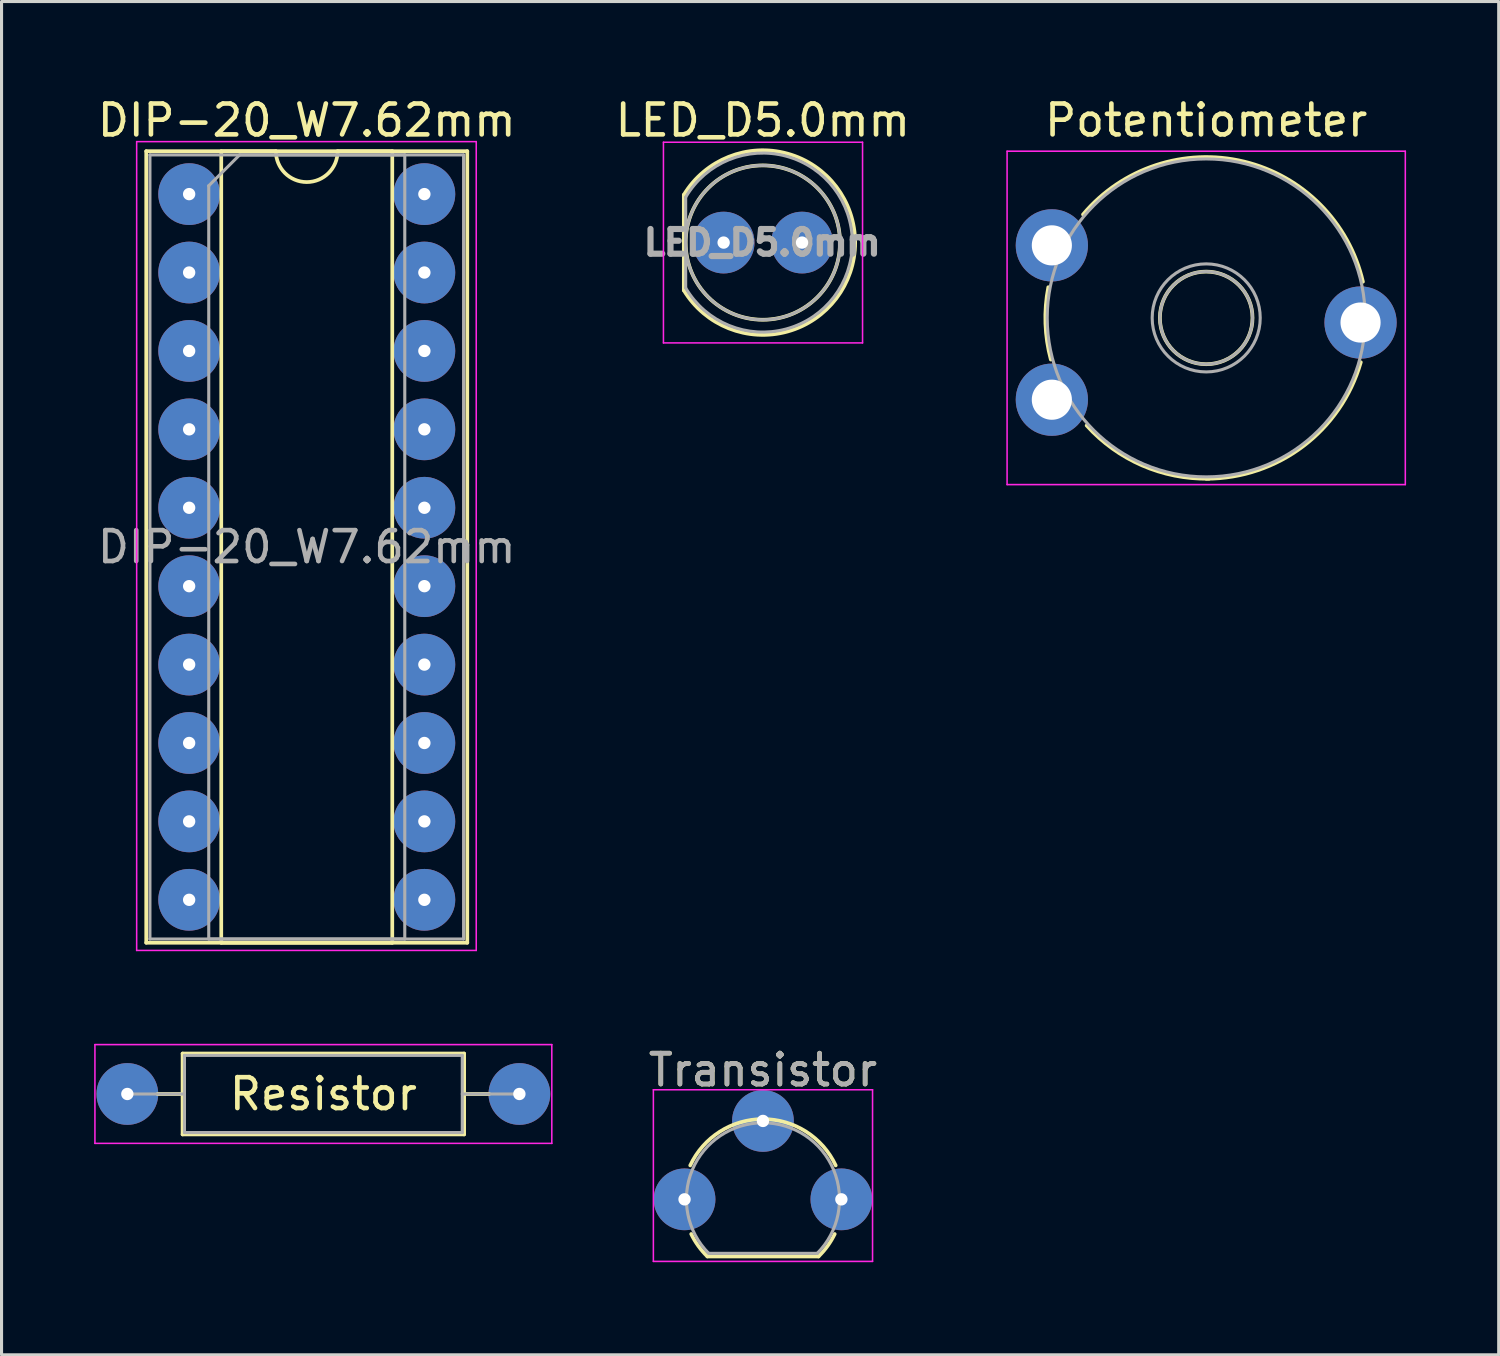
<source format=kicad_pcb>
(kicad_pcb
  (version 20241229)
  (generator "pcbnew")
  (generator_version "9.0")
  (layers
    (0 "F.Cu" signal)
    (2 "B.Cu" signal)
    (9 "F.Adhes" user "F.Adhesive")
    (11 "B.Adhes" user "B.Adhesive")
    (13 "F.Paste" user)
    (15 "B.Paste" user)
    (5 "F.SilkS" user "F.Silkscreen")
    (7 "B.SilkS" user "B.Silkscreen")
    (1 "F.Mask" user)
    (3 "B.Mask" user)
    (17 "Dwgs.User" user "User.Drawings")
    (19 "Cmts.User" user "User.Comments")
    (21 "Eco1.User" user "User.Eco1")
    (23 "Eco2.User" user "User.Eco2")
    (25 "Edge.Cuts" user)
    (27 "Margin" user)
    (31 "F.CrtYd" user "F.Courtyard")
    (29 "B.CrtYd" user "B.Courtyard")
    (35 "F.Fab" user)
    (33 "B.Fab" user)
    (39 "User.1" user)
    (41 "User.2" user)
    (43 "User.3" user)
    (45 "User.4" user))
  (footprint "LED_D5.0mm"
    (layer "F.Cu")
    (at 20.391 4.808)
    (property "Reference" "LED_D5.0mm" (at 1.27 -3.96 0) (layer "F.SilkS") (effects (font (size 1 1) (thickness 0.15))))
    (attr through_hole)
    (fp_line (start -1.29 -1.545) (end -1.29 1.545) (stroke (width 0.12) (type solid)) (layer "F.SilkS"))
    (fp_arc (start -1.29 -1.54483) (mid 2.072002 -2.880433) (end 4.26 0.000462) (stroke (width 0.12) (type solid)) (layer "F.SilkS"))
    (fp_arc (start 4.26 -0.000462) (mid 2.072002 2.880433) (end -1.29 1.54483) (stroke (width 0.12) (type solid)) (layer "F.SilkS"))
    (fp_circle (center 1.27 0) (end 3.77 0) (stroke (width 0.12) (type solid)) (fill no) (layer "F.SilkS"))
    (fp_line (start -1.95 -3.25) (end -1.95 3.25) (stroke (width 0.05) (type solid)) (layer "F.CrtYd"))
    (fp_line (start -1.95 3.25) (end 4.5 3.25) (stroke (width 0.05) (type solid)) (layer "F.CrtYd"))
    (fp_line (start 4.5 -3.25) (end -1.95 -3.25) (stroke (width 0.05) (type solid)) (layer "F.CrtYd"))
    (fp_line (start 4.5 3.25) (end 4.5 -3.25) (stroke (width 0.05) (type solid)) (layer "F.CrtYd"))
    (fp_line (start -1.23 -1.47) (end -1.23 1.47) (stroke (width 0.1) (type solid)) (layer "F.Fab"))
    (fp_arc (start -1.23 -1.469694) (mid 4.17 0.000016) (end -1.230016 1.469666) (stroke (width 0.1) (type solid)) (layer "F.Fab"))
    (fp_circle (center 1.27 0) (end 3.77 0) (stroke (width 0.1) (type solid)) (fill no) (layer "F.Fab"))
    (fp_text user "${REFERENCE}" (at 1.25 0 0) (layer "F.Fab") (effects (font (size 0.8 0.8) (thickness 0.2))))
    (pad "1" thru_hole circle (at 0 0) (size 2 2) (drill 0.4) (layers "*.Cu" "*.Mask"))
    (pad "2" thru_hole circle (at 2.54 0) (size 2 2) (drill 0.4) (layers "*.Cu" "*.Mask")))
  (footprint "Transistor"
    (layer "F.Cu")
    (at 19.125 35.801)
    (property "Reference" "Transistor" (at 2.54 -4.19 180) (layer "F.SilkS") (effects (font (size 1 1) (thickness 0.15))))
    (attr through_hole)
    (fp_line (start 0.74 1.85) (end 4.34 1.85) (stroke (width 0.12) (type solid)) (layer "F.SilkS"))
    (fp_arc (start 0.1836 -1.098807) (mid 1.143021 -2.192817) (end 2.54 -2.6) (stroke (width 0.12) (type solid)) (layer "F.SilkS"))
    (fp_arc (start 0.74 1.85) (mid 0.446097 1.509328) (end 0.215816 1.122795) (stroke (width 0.12) (type solid)) (layer "F.SilkS"))
    (fp_arc (start 2.54 -2.6) (mid 3.936979 -2.192818) (end 4.8964 -1.098807) (stroke (width 0.12) (type solid)) (layer "F.SilkS"))
    (fp_arc (start 4.864184 1.122795) (mid 4.633903 1.509328) (end 4.34 1.85) (stroke (width 0.12) (type solid)) (layer "F.SilkS"))
    (fp_line (start -1.01 -3.55) (end -1.01 2.01) (stroke (width 0.05) (type solid)) (layer "F.CrtYd"))
    (fp_line (start -1.01 -3.55) (end 6.09 -3.55) (stroke (width 0.05) (type solid)) (layer "F.CrtYd"))
    (fp_line (start 6.09 2.01) (end -1.01 2.01) (stroke (width 0.05) (type solid)) (layer "F.CrtYd"))
    (fp_line (start 6.09 2.01) (end 6.09 -3.55) (stroke (width 0.05) (type solid)) (layer "F.CrtYd"))
    (fp_line (start 0.8 1.75) (end 4.3 1.75) (stroke (width 0.1) (type solid)) (layer "F.Fab"))
    (fp_arc (start 0.786375 1.753625) (mid 0.248779 -0.949055) (end 2.54 -2.48) (stroke (width 0.1) (type solid)) (layer "F.Fab"))
    (fp_arc (start 2.54 -2.48) (mid 4.831221 -0.949055) (end 4.293625 1.753625) (stroke (width 0.1) (type solid)) (layer "F.Fab"))
    (fp_text user "${REFERENCE}" (at 2.54 -4.19 180) (layer "F.Fab") (effects (font (size 1 1) (thickness 0.15))))
    (pad "1" thru_hole circle (at 0 0 90) (size 2 2) (drill 0.4) (layers "*.Cu" "*.Mask"))
    (pad "2" thru_hole circle (at 2.54 -2.54 90) (size 2 2) (drill 0.4) (layers "*.Cu" "*.Mask"))
    (pad "3" thru_hole circle (at 5.08 0 90) (size 2 2) (drill 0.4) (layers "*.Cu" "*.Mask")))
  (footprint "Resistor"
    (layer "F.Cu")
    (at 1.075 32.388)
    (property "Reference" "Resistor" (at 6.35 0 0) (layer "F.SilkS") (effects (font (size 1 1) (thickness 0.15))))
    (attr through_hole)
    (fp_line (start 0.98 0) (end 1.79 0) (stroke (width 0.12) (type solid)) (layer "F.SilkS"))
    (fp_line (start 1.79 -1.31) (end 1.79 1.31) (stroke (width 0.12) (type solid)) (layer "F.SilkS"))
    (fp_line (start 1.79 1.31) (end 10.91 1.31) (stroke (width 0.12) (type solid)) (layer "F.SilkS"))
    (fp_line (start 10.91 -1.31) (end 1.79 -1.31) (stroke (width 0.12) (type solid)) (layer "F.SilkS"))
    (fp_line (start 10.91 1.31) (end 10.91 -1.31) (stroke (width 0.12) (type solid)) (layer "F.SilkS"))
    (fp_line (start 11.72 0) (end 10.91 0) (stroke (width 0.12) (type solid)) (layer "F.SilkS"))
    (fp_line (start -1.05 -1.6) (end -1.05 1.6) (stroke (width 0.05) (type solid)) (layer "F.CrtYd"))
    (fp_line (start -1.05 1.6) (end 13.75 1.6) (stroke (width 0.05) (type solid)) (layer "F.CrtYd"))
    (fp_line (start 13.75 -1.6) (end -1.05 -1.6) (stroke (width 0.05) (type solid)) (layer "F.CrtYd"))
    (fp_line (start 13.75 1.6) (end 13.75 -1.6) (stroke (width 0.05) (type solid)) (layer "F.CrtYd"))
    (fp_line (start 0 0) (end 1.85 0) (stroke (width 0.1) (type solid)) (layer "F.Fab"))
    (fp_line (start 1.85 -1.25) (end 1.85 1.25) (stroke (width 0.1) (type solid)) (layer "F.Fab"))
    (fp_line (start 1.85 1.25) (end 10.85 1.25) (stroke (width 0.1) (type solid)) (layer "F.Fab"))
    (fp_line (start 10.85 -1.25) (end 1.85 -1.25) (stroke (width 0.1) (type solid)) (layer "F.Fab"))
    (fp_line (start 10.85 1.25) (end 10.85 -1.25) (stroke (width 0.1) (type solid)) (layer "F.Fab"))
    (fp_line (start 12.7 0) (end 10.85 0) (stroke (width 0.1) (type solid)) (layer "F.Fab"))
    (pad "1" thru_hole circle (at 0 0) (size 2 2) (drill 0.4) (layers "*.Cu" "*.Mask"))
    (pad "2" thru_hole circle (at 12.7 0) (size 2 2) (drill 0.4) (layers "*.Cu" "*.Mask")))
  (footprint "DIP-20_W7.62mm"
    (layer "F.Cu")
    (at 3.077 3.238)
    (property "Reference" "DIP-20_W7.62mm" (at 3.81 -2.39 0) (layer "F.SilkS") (effects (font (size 1 1) (thickness 0.15))))
    (attr through_hole)
    (fp_line (start -1.39 -1.39) (end -1.39 24.25) (stroke (width 0.12) (type solid)) (layer "F.SilkS"))
    (fp_line (start -1.39 24.25) (end 9.01 24.25) (stroke (width 0.12) (type solid)) (layer "F.SilkS"))
    (fp_line (start 1.04 -1.39) (end 1.04 24.25) (stroke (width 0.12) (type solid)) (layer "F.SilkS"))
    (fp_line (start 1.04 24.25) (end 6.58 24.25) (stroke (width 0.12) (type solid)) (layer "F.SilkS"))
    (fp_line (start 2.81 -1.39) (end 1.04 -1.39) (stroke (width 0.12) (type solid)) (layer "F.SilkS"))
    (fp_line (start 6.58 -1.39) (end 4.81 -1.39) (stroke (width 0.12) (type solid)) (layer "F.SilkS"))
    (fp_line (start 6.58 24.25) (end 6.58 -1.39) (stroke (width 0.12) (type solid)) (layer "F.SilkS"))
    (fp_line (start 9.01 -1.39) (end -1.39 -1.39) (stroke (width 0.12) (type solid)) (layer "F.SilkS"))
    (fp_line (start 9.01 24.25) (end 9.01 -1.39) (stroke (width 0.12) (type solid)) (layer "F.SilkS"))
    (fp_arc (start 4.81 -1.39) (mid 3.81 -0.39) (end 2.81 -1.39) (stroke (width 0.12) (type solid)) (layer "F.SilkS"))
    (fp_line (start -1.7 -1.7) (end -1.7 24.5) (stroke (width 0.05) (type solid)) (layer "F.CrtYd"))
    (fp_line (start -1.7 24.5) (end 9.3 24.5) (stroke (width 0.05) (type solid)) (layer "F.CrtYd"))
    (fp_line (start 9.3 -1.7) (end -1.7 -1.7) (stroke (width 0.05) (type solid)) (layer "F.CrtYd"))
    (fp_line (start 9.3 24.5) (end 9.3 -1.7) (stroke (width 0.05) (type solid)) (layer "F.CrtYd"))
    (fp_line (start -1.27 -1.27) (end -1.27 24.13) (stroke (width 0.1) (type solid)) (layer "F.Fab"))
    (fp_line (start -1.27 24.13) (end 8.89 24.13) (stroke (width 0.1) (type solid)) (layer "F.Fab"))
    (fp_line (start 0.635 -0.27) (end 1.635 -1.27) (stroke (width 0.1) (type solid)) (layer "F.Fab"))
    (fp_line (start 0.635 24.13) (end 0.635 -0.27) (stroke (width 0.1) (type solid)) (layer "F.Fab"))
    (fp_line (start 1.635 -1.27) (end 6.985 -1.27) (stroke (width 0.1) (type solid)) (layer "F.Fab"))
    (fp_line (start 6.985 -1.27) (end 6.985 24.13) (stroke (width 0.1) (type solid)) (layer "F.Fab"))
    (fp_line (start 6.985 24.13) (end 0.635 24.13) (stroke (width 0.1) (type solid)) (layer "F.Fab"))
    (fp_line (start 8.89 -1.27) (end -1.27 -1.27) (stroke (width 0.1) (type solid)) (layer "F.Fab"))
    (fp_line (start 8.89 24.13) (end 8.89 -1.27) (stroke (width 0.1) (type solid)) (layer "F.Fab"))
    (fp_text user "${REFERENCE}" (at 3.81 11.43 0) (layer "F.Fab") (effects (font (size 1 1) (thickness 0.15))))
    (pad "1" thru_hole circle (at 0 0) (size 2 2) (drill 0.4) (layers "*.Cu" "*.Mask"))
    (pad "2" thru_hole circle (at 0 2.54) (size 2 2) (drill 0.4) (layers "*.Cu" "*.Mask"))
    (pad "3" thru_hole circle (at 0 5.08) (size 2 2) (drill 0.4) (layers "*.Cu" "*.Mask"))
    (pad "4" thru_hole circle (at 0 7.62) (size 2 2) (drill 0.4) (layers "*.Cu" "*.Mask"))
    (pad "5" thru_hole circle (at 0 10.16) (size 2 2) (drill 0.4) (layers "*.Cu" "*.Mask"))
    (pad "6" thru_hole circle (at 0 12.7) (size 2 2) (drill 0.4) (layers "*.Cu" "*.Mask"))
    (pad "7" thru_hole circle (at 0 15.24) (size 2 2) (drill 0.4) (layers "*.Cu" "*.Mask"))
    (pad "8" thru_hole circle (at 0 17.78) (size 2 2) (drill 0.4) (layers "*.Cu" "*.Mask"))
    (pad "9" thru_hole circle (at 0 20.32) (size 2 2) (drill 0.4) (layers "*.Cu" "*.Mask"))
    (pad "10" thru_hole circle (at 0 22.86) (size 2 2) (drill 0.4) (layers "*.Cu" "*.Mask"))
    (pad "11" thru_hole circle (at 7.62 22.86) (size 2 2) (drill 0.4) (layers "*.Cu" "*.Mask"))
    (pad "12" thru_hole circle (at 7.62 20.32) (size 2 2) (drill 0.4) (layers "*.Cu" "*.Mask"))
    (pad "13" thru_hole circle (at 7.62 17.78) (size 2 2) (drill 0.4) (layers "*.Cu" "*.Mask"))
    (pad "14" thru_hole circle (at 7.62 15.24) (size 2 2) (drill 0.4) (layers "*.Cu" "*.Mask"))
    (pad "15" thru_hole circle (at 7.62 12.7) (size 2 2) (drill 0.4) (layers "*.Cu" "*.Mask"))
    (pad "16" thru_hole circle (at 7.62 10.16) (size 2 2) (drill 0.4) (layers "*.Cu" "*.Mask"))
    (pad "17" thru_hole circle (at 7.62 7.62) (size 2 2) (drill 0.4) (layers "*.Cu" "*.Mask"))
    (pad "18" thru_hole circle (at 7.62 5.08) (size 2 2) (drill 0.4) (layers "*.Cu" "*.Mask"))
    (pad "19" thru_hole circle (at 7.62 2.54) (size 2 2) (drill 0.4) (layers "*.Cu" "*.Mask"))
    (pad "20" thru_hole circle (at 7.62 0) (size 2 2) (drill 0.4) (layers "*.Cu" "*.Mask")))
  (footprint "Potentiometer"
    (layer "F.Cu")
    (at 31.023 9.898)
    (property "Reference" "Potentiometer" (at 5 -9.05 0) (layer "F.SilkS") (effects (font (size 1 1) (thickness 0.15))))
    (attr through_hole)
    (fp_arc (start -0.033072 -1.301133) (mid -0.207504 -2.467899) (end -0.115 -3.644) (stroke (width 0.12) (type solid)) (layer "F.SilkS"))
    (fp_arc (start 1.009383 -5.999947) (mid 6.217378 -7.716079) (end 10.077 -3.821) (stroke (width 0.12) (type solid)) (layer "F.SilkS"))
    (fp_arc (start 5.090657 2.559257) (mid 2.922251 2.127817) (end 1.128 0.836) (stroke (width 0.12) (type solid)) (layer "F.SilkS"))
    (fp_arc (start 10.008173 -1.213929) (mid 8.135456 1.510891) (end 5 2.56) (stroke (width 0.12) (type solid)) (layer "F.SilkS"))
    (fp_circle (center 5 -2.65) (end 6.5 -2.65) (stroke (width 0.12) (type solid)) (fill no) (layer "F.SilkS"))
    (fp_line (start -1.45 -8.05) (end -1.45 2.75) (stroke (width 0.05) (type solid)) (layer "F.CrtYd"))
    (fp_line (start -1.45 2.75) (end 11.45 2.75) (stroke (width 0.05) (type solid)) (layer "F.CrtYd"))
    (fp_line (start 11.45 -8.05) (end -1.45 -8.05) (stroke (width 0.05) (type solid)) (layer "F.CrtYd"))
    (fp_line (start 11.45 2.75) (end 11.45 -8.05) (stroke (width 0.05) (type solid)) (layer "F.CrtYd"))
    (fp_circle (center 5 -2.65) (end 6.5 -2.65) (stroke (width 0.1) (type solid)) (fill no) (layer "F.Fab"))
    (fp_circle (center 5 -2.65) (end 6.75 -2.65) (stroke (width 0.1) (type solid)) (fill no) (layer "F.Fab"))
    (fp_circle (center 5 -2.65) (end 10.15 -2.65) (stroke (width 0.1) (type solid)) (fill no) (layer "F.Fab"))
    (pad "1" thru_hole circle (at 0 0) (size 2.34 2.34) (drill 1.3) (layers "*.Cu" "*.Mask"))
    (pad "2" thru_hole circle (at 10 -2.5) (size 2.34 2.34) (drill 1.3) (layers "*.Cu" "*.Mask"))
    (pad "3" thru_hole circle (at 0 -5) (size 2.34 2.34) (drill 1.3) (layers "*.Cu" "*.Mask")))
  (gr_rect
    (start -3 -3)
    (end 45.498 40.837)
    (stroke (width 0.1) (type default))
    (fill no)
    (layer "Edge.Cuts")))
</source>
